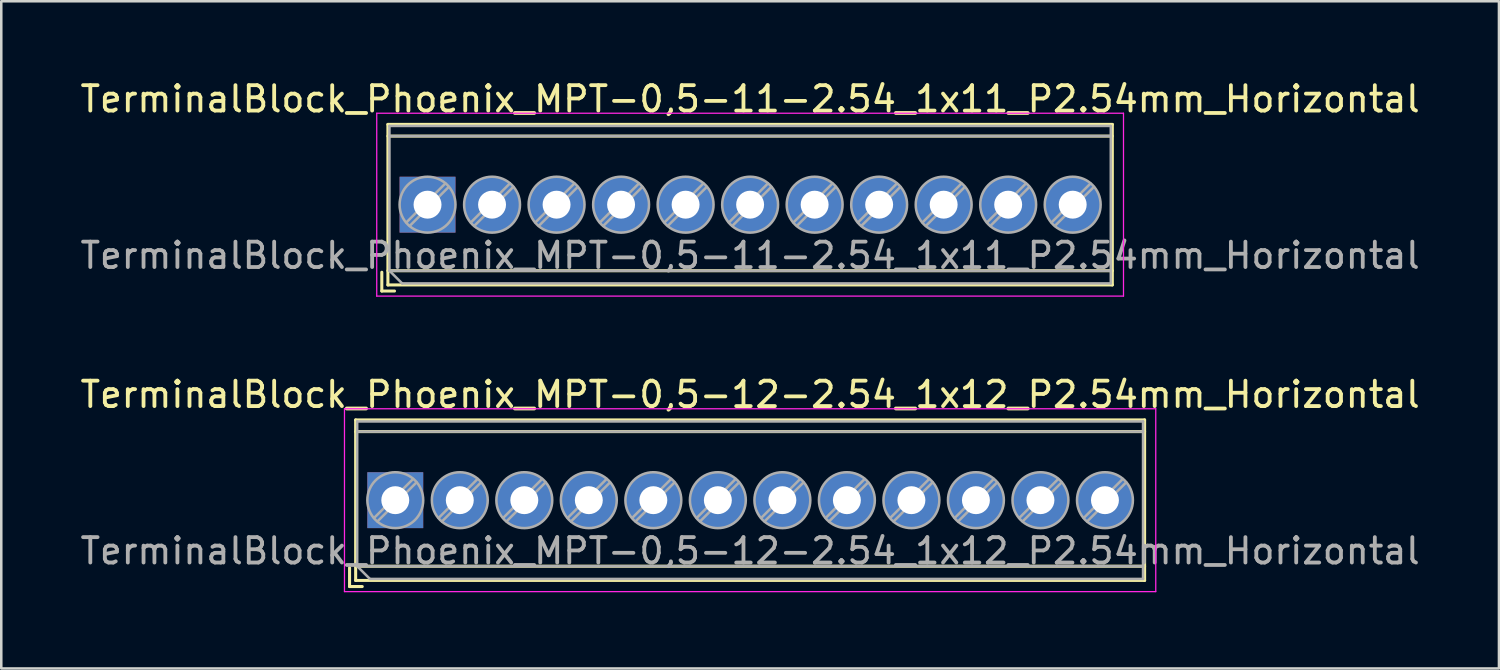
<source format=kicad_pcb>
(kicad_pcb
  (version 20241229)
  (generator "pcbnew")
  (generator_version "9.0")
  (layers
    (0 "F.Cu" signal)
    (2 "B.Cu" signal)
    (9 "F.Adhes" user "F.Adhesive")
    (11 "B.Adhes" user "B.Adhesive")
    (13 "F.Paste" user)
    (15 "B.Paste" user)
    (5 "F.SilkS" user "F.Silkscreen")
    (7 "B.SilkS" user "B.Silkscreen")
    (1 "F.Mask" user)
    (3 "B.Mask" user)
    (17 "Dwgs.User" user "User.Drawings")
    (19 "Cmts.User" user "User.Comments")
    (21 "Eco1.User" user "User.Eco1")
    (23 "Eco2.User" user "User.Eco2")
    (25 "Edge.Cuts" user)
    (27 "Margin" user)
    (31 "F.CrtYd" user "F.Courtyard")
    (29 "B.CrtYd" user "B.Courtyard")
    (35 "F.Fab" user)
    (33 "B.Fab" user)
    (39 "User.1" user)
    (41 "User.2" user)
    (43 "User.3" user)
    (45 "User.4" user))
  (footprint "TerminalBlock_Phoenix_MPT-0,5-12-2.54_1x12_P2.54mm_Horizontal"
    (layer "F.Cu")
    (at 12.512 16.642)
    (property "Reference" "TerminalBlock_Phoenix_MPT-0,5-12-2.54_1x12_P2.54mm_Horizontal" (at 13.97 -4.16 0) (layer "F.SilkS") (effects (font (size 1 1) (thickness 0.15))))
    (attr through_hole)
    (fp_line (start -1.8 2.66) (end -1.8 3.4) (stroke (width 0.12) (type solid)) (layer "F.SilkS"))
    (fp_line (start -1.8 3.4) (end -1.3 3.4) (stroke (width 0.12) (type solid)) (layer "F.SilkS"))
    (fp_line (start -1.56 -3.16) (end -1.56 3.16) (stroke (width 0.12) (type solid)) (layer "F.SilkS"))
    (fp_line (start -1.56 -3.16) (end 29.501 -3.16) (stroke (width 0.12) (type solid)) (layer "F.SilkS"))
    (fp_line (start -1.56 -2.7) (end 29.501 -2.7) (stroke (width 0.12) (type solid)) (layer "F.SilkS"))
    (fp_line (start -1.56 2.6) (end 29.501 2.6) (stroke (width 0.12) (type solid)) (layer "F.SilkS"))
    (fp_line (start -1.56 3.16) (end 29.501 3.16) (stroke (width 0.12) (type solid)) (layer "F.SilkS"))
    (fp_line (start 29.501 -3.16) (end 29.501 3.16) (stroke (width 0.12) (type solid)) (layer "F.SilkS"))
    (fp_line (start -2 -3.6) (end -2 3.6) (stroke (width 0.05) (type solid)) (layer "F.CrtYd"))
    (fp_line (start -2 3.6) (end 29.94 3.6) (stroke (width 0.05) (type solid)) (layer "F.CrtYd"))
    (fp_line (start 29.94 -3.6) (end -2 -3.6) (stroke (width 0.05) (type solid)) (layer "F.CrtYd"))
    (fp_line (start 29.94 3.6) (end 29.94 -3.6) (stroke (width 0.05) (type solid)) (layer "F.CrtYd"))
    (fp_line (start -1.5 -3.1) (end 29.44 -3.1) (stroke (width 0.1) (type solid)) (layer "F.Fab"))
    (fp_line (start -1.5 -2.7) (end 29.44 -2.7) (stroke (width 0.1) (type solid)) (layer "F.Fab"))
    (fp_line (start -1.5 2.6) (end -1.5 -3.1) (stroke (width 0.1) (type solid)) (layer "F.Fab"))
    (fp_line (start -1.5 2.6) (end 29.44 2.6) (stroke (width 0.1) (type solid)) (layer "F.Fab"))
    (fp_line (start -1 3.1) (end -1.5 2.6) (stroke (width 0.1) (type solid)) (layer "F.Fab"))
    (fp_line (start 0.701 -0.835) (end -0.835 0.7) (stroke (width 0.1) (type solid)) (layer "F.Fab"))
    (fp_line (start 0.835 -0.7) (end -0.701 0.835) (stroke (width 0.1) (type solid)) (layer "F.Fab"))
    (fp_line (start 3.241 -0.835) (end 1.706 0.7) (stroke (width 0.1) (type solid)) (layer "F.Fab"))
    (fp_line (start 3.375 -0.7) (end 1.84 0.835) (stroke (width 0.1) (type solid)) (layer "F.Fab"))
    (fp_line (start 5.781 -0.835) (end 4.246 0.7) (stroke (width 0.1) (type solid)) (layer "F.Fab"))
    (fp_line (start 5.915 -0.7) (end 4.38 0.835) (stroke (width 0.1) (type solid)) (layer "F.Fab"))
    (fp_line (start 8.321 -0.835) (end 6.786 0.7) (stroke (width 0.1) (type solid)) (layer "F.Fab"))
    (fp_line (start 8.455 -0.7) (end 6.92 0.835) (stroke (width 0.1) (type solid)) (layer "F.Fab"))
    (fp_line (start 10.861 -0.835) (end 9.326 0.7) (stroke (width 0.1) (type solid)) (layer "F.Fab"))
    (fp_line (start 10.995 -0.7) (end 9.46 0.835) (stroke (width 0.1) (type solid)) (layer "F.Fab"))
    (fp_line (start 13.401 -0.835) (end 11.866 0.7) (stroke (width 0.1) (type solid)) (layer "F.Fab"))
    (fp_line (start 13.535 -0.7) (end 12 0.835) (stroke (width 0.1) (type solid)) (layer "F.Fab"))
    (fp_line (start 15.941 -0.835) (end 14.406 0.7) (stroke (width 0.1) (type solid)) (layer "F.Fab"))
    (fp_line (start 16.075 -0.7) (end 14.54 0.835) (stroke (width 0.1) (type solid)) (layer "F.Fab"))
    (fp_line (start 18.481 -0.835) (end 16.946 0.7) (stroke (width 0.1) (type solid)) (layer "F.Fab"))
    (fp_line (start 18.615 -0.7) (end 17.08 0.835) (stroke (width 0.1) (type solid)) (layer "F.Fab"))
    (fp_line (start 21.021 -0.835) (end 19.486 0.7) (stroke (width 0.1) (type solid)) (layer "F.Fab"))
    (fp_line (start 21.155 -0.7) (end 19.62 0.835) (stroke (width 0.1) (type solid)) (layer "F.Fab"))
    (fp_line (start 23.561 -0.835) (end 22.026 0.7) (stroke (width 0.1) (type solid)) (layer "F.Fab"))
    (fp_line (start 23.695 -0.7) (end 22.16 0.835) (stroke (width 0.1) (type solid)) (layer "F.Fab"))
    (fp_line (start 26.101 -0.835) (end 24.566 0.7) (stroke (width 0.1) (type solid)) (layer "F.Fab"))
    (fp_line (start 26.235 -0.7) (end 24.7 0.835) (stroke (width 0.1) (type solid)) (layer "F.Fab"))
    (fp_line (start 28.641 -0.835) (end 27.106 0.7) (stroke (width 0.1) (type solid)) (layer "F.Fab"))
    (fp_line (start 28.775 -0.7) (end 27.24 0.835) (stroke (width 0.1) (type solid)) (layer "F.Fab"))
    (fp_line (start 29.44 -3.1) (end 29.44 3.1) (stroke (width 0.1) (type solid)) (layer "F.Fab"))
    (fp_line (start 29.44 3.1) (end -1 3.1) (stroke (width 0.1) (type solid)) (layer "F.Fab"))
    (fp_circle (center 0 0) (end 1.1 0) (stroke (width 0.1) (type solid)) (fill no) (layer "F.Fab"))
    (fp_circle (center 2.54 0) (end 3.64 0) (stroke (width 0.1) (type solid)) (fill no) (layer "F.Fab"))
    (fp_circle (center 5.08 0) (end 6.18 0) (stroke (width 0.1) (type solid)) (fill no) (layer "F.Fab"))
    (fp_circle (center 7.62 0) (end 8.72 0) (stroke (width 0.1) (type solid)) (fill no) (layer "F.Fab"))
    (fp_circle (center 10.16 0) (end 11.26 0) (stroke (width 0.1) (type solid)) (fill no) (layer "F.Fab"))
    (fp_circle (center 12.7 0) (end 13.8 0) (stroke (width 0.1) (type solid)) (fill no) (layer "F.Fab"))
    (fp_circle (center 15.24 0) (end 16.34 0) (stroke (width 0.1) (type solid)) (fill no) (layer "F.Fab"))
    (fp_circle (center 17.78 0) (end 18.88 0) (stroke (width 0.1) (type solid)) (fill no) (layer "F.Fab"))
    (fp_circle (center 20.32 0) (end 21.42 0) (stroke (width 0.1) (type solid)) (fill no) (layer "F.Fab"))
    (fp_circle (center 22.86 0) (end 23.96 0) (stroke (width 0.1) (type solid)) (fill no) (layer "F.Fab"))
    (fp_circle (center 25.4 0) (end 26.5 0) (stroke (width 0.1) (type solid)) (fill no) (layer "F.Fab"))
    (fp_circle (center 27.94 0) (end 29.04 0) (stroke (width 0.1) (type solid)) (fill no) (layer "F.Fab"))
    (fp_text user "${REFERENCE}" (at 13.97 2 0) (layer "F.Fab") (effects (font (size 1 1) (thickness 0.15))))
    (pad "1" thru_hole rect (at 0 0) (size 2.2 2.2) (drill 1.1) (layers "*.Cu" "*.Mask"))
    (pad "2" thru_hole circle (at 2.54 0) (size 2.2 2.2) (drill 1.1) (layers "*.Cu" "*.Mask"))
    (pad "3" thru_hole circle (at 5.08 0) (size 2.2 2.2) (drill 1.1) (layers "*.Cu" "*.Mask"))
    (pad "4" thru_hole circle (at 7.62 0) (size 2.2 2.2) (drill 1.1) (layers "*.Cu" "*.Mask"))
    (pad "5" thru_hole circle (at 10.16 0) (size 2.2 2.2) (drill 1.1) (layers "*.Cu" "*.Mask"))
    (pad "6" thru_hole circle (at 12.7 0) (size 2.2 2.2) (drill 1.1) (layers "*.Cu" "*.Mask"))
    (pad "7" thru_hole circle (at 15.24 0) (size 2.2 2.2) (drill 1.1) (layers "*.Cu" "*.Mask"))
    (pad "8" thru_hole circle (at 17.78 0) (size 2.2 2.2) (drill 1.1) (layers "*.Cu" "*.Mask"))
    (pad "9" thru_hole circle (at 20.32 0) (size 2.2 2.2) (drill 1.1) (layers "*.Cu" "*.Mask"))
    (pad "10" thru_hole circle (at 22.86 0) (size 2.2 2.2) (drill 1.1) (layers "*.Cu" "*.Mask"))
    (pad "11" thru_hole circle (at 25.4 0) (size 2.2 2.2) (drill 1.1) (layers "*.Cu" "*.Mask"))
    (pad "12" thru_hole circle (at 27.94 0) (size 2.2 2.2) (drill 1.1) (layers "*.Cu" "*.Mask")))
  (footprint "TerminalBlock_Phoenix_MPT-0,5-11-2.54_1x11_P2.54mm_Horizontal"
    (layer "F.Cu")
    (at 13.782 5.008)
    (property "Reference" "TerminalBlock_Phoenix_MPT-0,5-11-2.54_1x11_P2.54mm_Horizontal" (at 12.7 -4.16 0) (layer "F.SilkS") (effects (font (size 1 1) (thickness 0.15))))
    (attr through_hole)
    (fp_line (start -1.8 2.66) (end -1.8 3.4) (stroke (width 0.12) (type solid)) (layer "F.SilkS"))
    (fp_line (start -1.8 3.4) (end -1.3 3.4) (stroke (width 0.12) (type solid)) (layer "F.SilkS"))
    (fp_line (start -1.56 -3.16) (end -1.56 3.16) (stroke (width 0.12) (type solid)) (layer "F.SilkS"))
    (fp_line (start -1.56 -3.16) (end 26.96 -3.16) (stroke (width 0.12) (type solid)) (layer "F.SilkS"))
    (fp_line (start -1.56 -2.7) (end 26.96 -2.7) (stroke (width 0.12) (type solid)) (layer "F.SilkS"))
    (fp_line (start -1.56 2.6) (end 26.96 2.6) (stroke (width 0.12) (type solid)) (layer "F.SilkS"))
    (fp_line (start -1.56 3.16) (end 26.96 3.16) (stroke (width 0.12) (type solid)) (layer "F.SilkS"))
    (fp_line (start 26.96 -3.16) (end 26.96 3.16) (stroke (width 0.12) (type solid)) (layer "F.SilkS"))
    (fp_line (start -2 -3.6) (end -2 3.6) (stroke (width 0.05) (type solid)) (layer "F.CrtYd"))
    (fp_line (start -2 3.6) (end 27.4 3.6) (stroke (width 0.05) (type solid)) (layer "F.CrtYd"))
    (fp_line (start 27.4 -3.6) (end -2 -3.6) (stroke (width 0.05) (type solid)) (layer "F.CrtYd"))
    (fp_line (start 27.4 3.6) (end 27.4 -3.6) (stroke (width 0.05) (type solid)) (layer "F.CrtYd"))
    (fp_line (start -1.5 -3.1) (end 26.9 -3.1) (stroke (width 0.1) (type solid)) (layer "F.Fab"))
    (fp_line (start -1.5 -2.7) (end 26.9 -2.7) (stroke (width 0.1) (type solid)) (layer "F.Fab"))
    (fp_line (start -1.5 2.6) (end -1.5 -3.1) (stroke (width 0.1) (type solid)) (layer "F.Fab"))
    (fp_line (start -1.5 2.6) (end 26.9 2.6) (stroke (width 0.1) (type solid)) (layer "F.Fab"))
    (fp_line (start -1 3.1) (end -1.5 2.6) (stroke (width 0.1) (type solid)) (layer "F.Fab"))
    (fp_line (start 0.701 -0.835) (end -0.835 0.7) (stroke (width 0.1) (type solid)) (layer "F.Fab"))
    (fp_line (start 0.835 -0.7) (end -0.701 0.835) (stroke (width 0.1) (type solid)) (layer "F.Fab"))
    (fp_line (start 3.241 -0.835) (end 1.706 0.7) (stroke (width 0.1) (type solid)) (layer "F.Fab"))
    (fp_line (start 3.375 -0.7) (end 1.84 0.835) (stroke (width 0.1) (type solid)) (layer "F.Fab"))
    (fp_line (start 5.781 -0.835) (end 4.246 0.7) (stroke (width 0.1) (type solid)) (layer "F.Fab"))
    (fp_line (start 5.915 -0.7) (end 4.38 0.835) (stroke (width 0.1) (type solid)) (layer "F.Fab"))
    (fp_line (start 8.321 -0.835) (end 6.786 0.7) (stroke (width 0.1) (type solid)) (layer "F.Fab"))
    (fp_line (start 8.455 -0.7) (end 6.92 0.835) (stroke (width 0.1) (type solid)) (layer "F.Fab"))
    (fp_line (start 10.861 -0.835) (end 9.326 0.7) (stroke (width 0.1) (type solid)) (layer "F.Fab"))
    (fp_line (start 10.995 -0.7) (end 9.46 0.835) (stroke (width 0.1) (type solid)) (layer "F.Fab"))
    (fp_line (start 13.401 -0.835) (end 11.866 0.7) (stroke (width 0.1) (type solid)) (layer "F.Fab"))
    (fp_line (start 13.535 -0.7) (end 12 0.835) (stroke (width 0.1) (type solid)) (layer "F.Fab"))
    (fp_line (start 15.941 -0.835) (end 14.406 0.7) (stroke (width 0.1) (type solid)) (layer "F.Fab"))
    (fp_line (start 16.075 -0.7) (end 14.54 0.835) (stroke (width 0.1) (type solid)) (layer "F.Fab"))
    (fp_line (start 18.481 -0.835) (end 16.946 0.7) (stroke (width 0.1) (type solid)) (layer "F.Fab"))
    (fp_line (start 18.615 -0.7) (end 17.08 0.835) (stroke (width 0.1) (type solid)) (layer "F.Fab"))
    (fp_line (start 21.021 -0.835) (end 19.486 0.7) (stroke (width 0.1) (type solid)) (layer "F.Fab"))
    (fp_line (start 21.155 -0.7) (end 19.62 0.835) (stroke (width 0.1) (type solid)) (layer "F.Fab"))
    (fp_line (start 23.561 -0.835) (end 22.026 0.7) (stroke (width 0.1) (type solid)) (layer "F.Fab"))
    (fp_line (start 23.695 -0.7) (end 22.16 0.835) (stroke (width 0.1) (type solid)) (layer "F.Fab"))
    (fp_line (start 26.101 -0.835) (end 24.566 0.7) (stroke (width 0.1) (type solid)) (layer "F.Fab"))
    (fp_line (start 26.235 -0.7) (end 24.7 0.835) (stroke (width 0.1) (type solid)) (layer "F.Fab"))
    (fp_line (start 26.9 -3.1) (end 26.9 3.1) (stroke (width 0.1) (type solid)) (layer "F.Fab"))
    (fp_line (start 26.9 3.1) (end -1 3.1) (stroke (width 0.1) (type solid)) (layer "F.Fab"))
    (fp_circle (center 0 0) (end 1.1 0) (stroke (width 0.1) (type solid)) (fill no) (layer "F.Fab"))
    (fp_circle (center 2.54 0) (end 3.64 0) (stroke (width 0.1) (type solid)) (fill no) (layer "F.Fab"))
    (fp_circle (center 5.08 0) (end 6.18 0) (stroke (width 0.1) (type solid)) (fill no) (layer "F.Fab"))
    (fp_circle (center 7.62 0) (end 8.72 0) (stroke (width 0.1) (type solid)) (fill no) (layer "F.Fab"))
    (fp_circle (center 10.16 0) (end 11.26 0) (stroke (width 0.1) (type solid)) (fill no) (layer "F.Fab"))
    (fp_circle (center 12.7 0) (end 13.8 0) (stroke (width 0.1) (type solid)) (fill no) (layer "F.Fab"))
    (fp_circle (center 15.24 0) (end 16.34 0) (stroke (width 0.1) (type solid)) (fill no) (layer "F.Fab"))
    (fp_circle (center 17.78 0) (end 18.88 0) (stroke (width 0.1) (type solid)) (fill no) (layer "F.Fab"))
    (fp_circle (center 20.32 0) (end 21.42 0) (stroke (width 0.1) (type solid)) (fill no) (layer "F.Fab"))
    (fp_circle (center 22.86 0) (end 23.96 0) (stroke (width 0.1) (type solid)) (fill no) (layer "F.Fab"))
    (fp_circle (center 25.4 0) (end 26.5 0) (stroke (width 0.1) (type solid)) (fill no) (layer "F.Fab"))
    (fp_text user "${REFERENCE}" (at 12.7 2 0) (layer "F.Fab") (effects (font (size 1 1) (thickness 0.15))))
    (pad "1" thru_hole rect (at 0 0) (size 2.2 2.2) (drill 1.1) (layers "*.Cu" "*.Mask"))
    (pad "2" thru_hole circle (at 2.54 0) (size 2.2 2.2) (drill 1.1) (layers "*.Cu" "*.Mask"))
    (pad "3" thru_hole circle (at 5.08 0) (size 2.2 2.2) (drill 1.1) (layers "*.Cu" "*.Mask"))
    (pad "4" thru_hole circle (at 7.62 0) (size 2.2 2.2) (drill 1.1) (layers "*.Cu" "*.Mask"))
    (pad "5" thru_hole circle (at 10.16 0) (size 2.2 2.2) (drill 1.1) (layers "*.Cu" "*.Mask"))
    (pad "6" thru_hole circle (at 12.7 0) (size 2.2 2.2) (drill 1.1) (layers "*.Cu" "*.Mask"))
    (pad "7" thru_hole circle (at 15.24 0) (size 2.2 2.2) (drill 1.1) (layers "*.Cu" "*.Mask"))
    (pad "8" thru_hole circle (at 17.78 0) (size 2.2 2.2) (drill 1.1) (layers "*.Cu" "*.Mask"))
    (pad "9" thru_hole circle (at 20.32 0) (size 2.2 2.2) (drill 1.1) (layers "*.Cu" "*.Mask"))
    (pad "10" thru_hole circle (at 22.86 0) (size 2.2 2.2) (drill 1.1) (layers "*.Cu" "*.Mask"))
    (pad "11" thru_hole circle (at 25.4 0) (size 2.2 2.2) (drill 1.1) (layers "*.Cu" "*.Mask")))
  (gr_rect
    (start -3 -3)
    (end 55.964 23.267)
    (stroke (width 0.1) (type default))
    (fill no)
    (layer "Edge.Cuts")))
</source>
